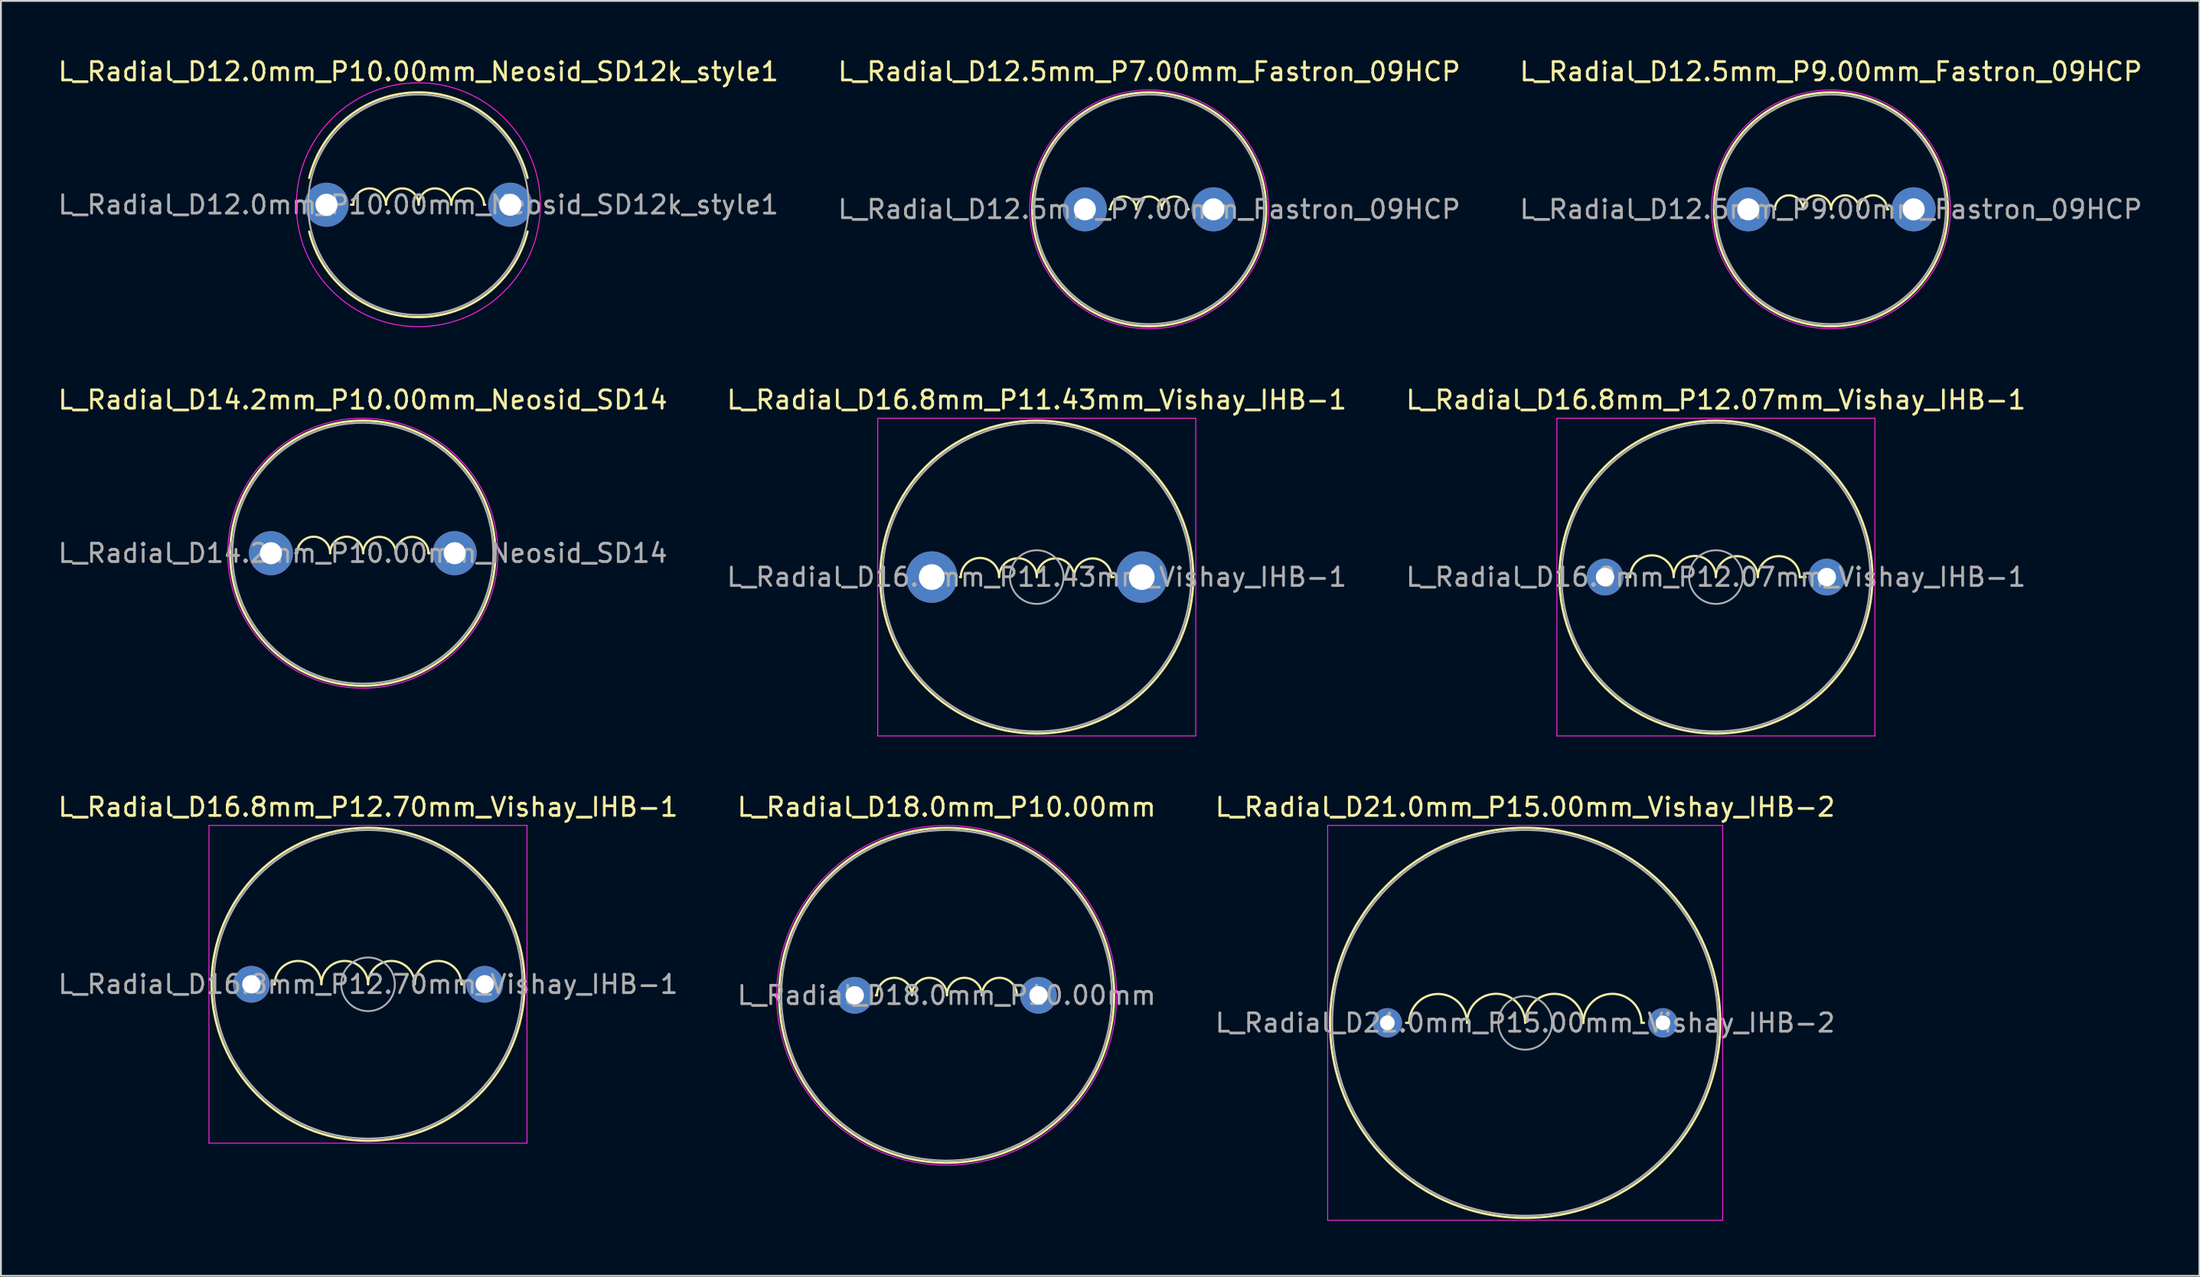
<source format=kicad_pcb>
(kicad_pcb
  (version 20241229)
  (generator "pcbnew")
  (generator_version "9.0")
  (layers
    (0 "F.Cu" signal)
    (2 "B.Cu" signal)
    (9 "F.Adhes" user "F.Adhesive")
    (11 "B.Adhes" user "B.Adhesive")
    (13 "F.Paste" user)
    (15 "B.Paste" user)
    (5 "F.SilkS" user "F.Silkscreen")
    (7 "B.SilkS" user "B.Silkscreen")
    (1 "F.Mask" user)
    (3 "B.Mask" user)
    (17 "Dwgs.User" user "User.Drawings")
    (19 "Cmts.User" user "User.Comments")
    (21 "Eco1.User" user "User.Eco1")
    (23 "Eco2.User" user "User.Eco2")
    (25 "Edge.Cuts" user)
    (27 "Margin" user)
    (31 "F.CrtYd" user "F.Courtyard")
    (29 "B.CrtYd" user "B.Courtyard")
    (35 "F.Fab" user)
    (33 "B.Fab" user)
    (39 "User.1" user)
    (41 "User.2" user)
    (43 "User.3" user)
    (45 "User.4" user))
  (footprint "L_Radial_D16.8mm_P12.70mm_Vishay_IHB-1"
    (layer "F.Cu")
    (at 10.632 50.545)
    (property "Reference" "L_Radial_D16.8mm_P12.70mm_Vishay_IHB-1" (at 6.35 -9.65 0) (layer "F.SilkS") (effects (font (size 1 1) (thickness 0.15))))
    (attr through_hole)
    (fp_line (start 1.27 0) (end 1.143 0) (stroke (width 0.12) (type solid)) (layer "F.SilkS"))
    (fp_line (start 11.43 0) (end 11.557 0) (stroke (width 0.12) (type solid)) (layer "F.SilkS"))
    (fp_arc (start 1.27 0) (mid 2.54 -1.27) (end 3.81 0) (stroke (width 0.12) (type solid)) (layer "F.SilkS"))
    (fp_arc (start 3.81 0) (mid 5.08 -1.27) (end 6.35 0) (stroke (width 0.12) (type solid)) (layer "F.SilkS"))
    (fp_arc (start 6.35 0) (mid 7.62 -1.27) (end 8.89 0) (stroke (width 0.12) (type solid)) (layer "F.SilkS"))
    (fp_arc (start 8.89 0) (mid 10.16 -1.27) (end 11.43 0) (stroke (width 0.12) (type solid)) (layer "F.SilkS"))
    (fp_circle (center 6.35 0) (end 14.87 0) (stroke (width 0.12) (type solid)) (fill no) (layer "F.SilkS"))
    (fp_line (start -2.31 -8.65) (end -2.31 8.65) (stroke (width 0.05) (type solid)) (layer "F.CrtYd"))
    (fp_line (start -2.31 8.65) (end 15 8.65) (stroke (width 0.05) (type solid)) (layer "F.CrtYd"))
    (fp_line (start 15 -8.65) (end -2.31 -8.65) (stroke (width 0.05) (type solid)) (layer "F.CrtYd"))
    (fp_line (start 15 8.65) (end 15 -8.65) (stroke (width 0.05) (type solid)) (layer "F.CrtYd"))
    (fp_circle (center 6.35 0) (end 7.81 0) (stroke (width 0.1) (type solid)) (fill no) (layer "F.Fab"))
    (fp_circle (center 6.35 0) (end 14.75 0) (stroke (width 0.1) (type solid)) (fill no) (layer "F.Fab"))
    (fp_text user "${REFERENCE}" (at 6.35 0 0) (layer "F.Fab") (effects (font (size 1 1) (thickness 0.15))))
    (pad "1" thru_hole circle (at 0 0) (size 2 2) (drill 1) (layers "*.Cu" "*.Mask"))
    (pad "2" thru_hole circle (at 12.7 0) (size 2 2) (drill 1) (layers "*.Cu" "*.Mask")))
  (footprint "L_Radial_D16.8mm_P11.43mm_Vishay_IHB-1"
    (layer "F.Cu")
    (at 47.66 28.372)
    (property "Reference" "L_Radial_D16.8mm_P11.43mm_Vishay_IHB-1" (at 5.715 -9.65 0) (layer "F.SilkS") (effects (font (size 1 1) (thickness 0.15))))
    (attr through_hole)
    (fp_line (start 1.583 0) (end 1.524 0) (stroke (width 0.12) (type solid)) (layer "F.SilkS"))
    (fp_line (start 9.779 0) (end 9.906 0) (stroke (width 0.12) (type solid)) (layer "F.SilkS"))
    (fp_arc (start 1.583 0) (mid 2.6245 -1.0415) (end 3.666 0) (stroke (width 0.12) (type solid)) (layer "F.SilkS"))
    (fp_arc (start 3.666 0) (mid 4.6905 -1.0245) (end 5.715 0) (stroke (width 0.12) (type solid)) (layer "F.SilkS"))
    (fp_arc (start 5.715 0) (mid 6.731 -1.016) (end 7.747 0) (stroke (width 0.12) (type solid)) (layer "F.SilkS"))
    (fp_arc (start 7.747 0) (mid 8.763 -1.016) (end 9.779 0) (stroke (width 0.12) (type solid)) (layer "F.SilkS"))
    (fp_circle (center 5.715 0) (end 14.235 0) (stroke (width 0.12) (type solid)) (fill no) (layer "F.SilkS"))
    (fp_line (start -2.94 -8.65) (end -2.94 8.65) (stroke (width 0.05) (type solid)) (layer "F.CrtYd"))
    (fp_line (start -2.94 8.65) (end 14.37 8.65) (stroke (width 0.05) (type solid)) (layer "F.CrtYd"))
    (fp_line (start 14.37 -8.65) (end -2.94 -8.65) (stroke (width 0.05) (type solid)) (layer "F.CrtYd"))
    (fp_line (start 14.37 8.65) (end 14.37 -8.65) (stroke (width 0.05) (type solid)) (layer "F.CrtYd"))
    (fp_circle (center 5.715 0) (end 7.175 0) (stroke (width 0.1) (type solid)) (fill no) (layer "F.Fab"))
    (fp_circle (center 5.715 0) (end 14.115 0) (stroke (width 0.1) (type solid)) (fill no) (layer "F.Fab"))
    (fp_text user "${REFERENCE}" (at 5.715 0 0) (layer "F.Fab") (effects (font (size 1 1) (thickness 0.15))))
    (pad "1" thru_hole circle (at 0 0) (size 2.8 2.8) (drill 1.4) (layers "*.Cu" "*.Mask"))
    (pad "2" thru_hole circle (at 11.43 0) (size 2.8 2.8) (drill 1.4) (layers "*.Cu" "*.Mask")))
  (footprint "L_Radial_D12.5mm_P9.00mm_Fastron_09HCP"
    (layer "F.Cu")
    (at 92.101 8.348)
    (property "Reference" "L_Radial_D12.5mm_P9.00mm_Fastron_09HCP" (at 4.5 -7.5 0) (layer "F.SilkS") (effects (font (size 1 1) (thickness 0.15))))
    (attr through_hole)
    (fp_line (start 1.46 0) (end 1.397 0) (stroke (width 0.12) (type solid)) (layer "F.SilkS"))
    (fp_line (start 7.556 0) (end 7.62 0) (stroke (width 0.12) (type solid)) (layer "F.SilkS"))
    (fp_arc (start 1.452 0) (mid 2.214 -0.762) (end 2.976 0) (stroke (width 0.12) (type solid)) (layer "F.SilkS"))
    (fp_arc (start 2.976 0) (mid 3.738 -0.762) (end 4.5 0) (stroke (width 0.12) (type solid)) (layer "F.SilkS"))
    (fp_arc (start 4.5085 0) (mid 5.2705 -0.762) (end 6.0325 0) (stroke (width 0.12) (type solid)) (layer "F.SilkS"))
    (fp_arc (start 6.0325 0) (mid 6.7945 -0.762) (end 7.5565 0) (stroke (width 0.12) (type solid)) (layer "F.SilkS"))
    (fp_circle (center 4.5 0) (end 10.87 0) (stroke (width 0.12) (type solid)) (fill no) (layer "F.SilkS"))
    (fp_circle (center 4.5 0) (end 11 0) (stroke (width 0.05) (type solid)) (fill no) (layer "F.CrtYd"))
    (fp_circle (center 4.5 0) (end 10.75 0) (stroke (width 0.1) (type solid)) (fill no) (layer "F.Fab"))
    (fp_text user "${REFERENCE}" (at 4.5 0 0) (layer "F.Fab") (effects (font (size 1 1) (thickness 0.15))))
    (pad "1" thru_hole circle (at 0 0) (size 2.4 2.4) (drill 1.2) (layers "*.Cu" "*.Mask"))
    (pad "2" thru_hole circle (at 9 0) (size 2.4 2.4) (drill 1.2) (layers "*.Cu" "*.Mask")))
  (footprint "L_Radial_D18.0mm_P10.00mm"
    (layer "F.Cu")
    (at 43.47 51.145)
    (property "Reference" "L_Radial_D18.0mm_P10.00mm" (at 5 -10.25 0) (layer "F.SilkS") (effects (font (size 1 1) (thickness 0.15))))
    (attr through_hole)
    (fp_line (start 1.206 0) (end 1.143 0) (stroke (width 0.12) (type solid)) (layer "F.SilkS"))
    (fp_line (start 8.89 0) (end 8.826 0) (stroke (width 0.12) (type solid)) (layer "F.SilkS"))
    (fp_arc (start 1.2065 0) (mid 2.159 -0.9525) (end 3.1115 0) (stroke (width 0.12) (type solid)) (layer "F.SilkS"))
    (fp_arc (start 3.1115 0) (mid 4.064 -0.9525) (end 5.0165 0) (stroke (width 0.12) (type solid)) (layer "F.SilkS"))
    (fp_arc (start 5.0165 0) (mid 5.969 -0.9525) (end 6.9215 0) (stroke (width 0.12) (type solid)) (layer "F.SilkS"))
    (fp_arc (start 6.9215 0) (mid 7.874 -0.9525) (end 8.8265 0) (stroke (width 0.12) (type solid)) (layer "F.SilkS"))
    (fp_circle (center 5 0) (end 14.12 0) (stroke (width 0.12) (type solid)) (fill no) (layer "F.SilkS"))
    (fp_circle (center 5 0) (end 14.25 0) (stroke (width 0.05) (type solid)) (fill no) (layer "F.CrtYd"))
    (fp_circle (center 5 0) (end 14 0) (stroke (width 0.1) (type solid)) (fill no) (layer "F.Fab"))
    (fp_text user "${REFERENCE}" (at 5 0 0) (layer "F.Fab") (effects (font (size 1 1) (thickness 0.15))))
    (pad "1" thru_hole circle (at 0 0) (size 2 2) (drill 1) (layers "*.Cu" "*.Mask"))
    (pad "2" thru_hole circle (at 10 0) (size 2 2) (drill 1) (layers "*.Cu" "*.Mask")))
  (footprint "L_Radial_D14.2mm_P10.00mm_Neosid_SD14"
    (layer "F.Cu")
    (at 11.696 27.072)
    (property "Reference" "L_Radial_D14.2mm_P10.00mm_Neosid_SD14" (at 5 -8.35 0) (layer "F.SilkS") (effects (font (size 1 1) (thickness 0.15))))
    (attr through_hole)
    (fp_line (start 1.427 0) (end 1.333 0) (stroke (width 0.12) (type solid)) (layer "F.SilkS"))
    (fp_line (start 8.572 0) (end 8.636 0) (stroke (width 0.12) (type solid)) (layer "F.SilkS"))
    (fp_arc (start 1.4265 0) (mid 2.324 -0.8975) (end 3.2215 0) (stroke (width 0.12) (type solid)) (layer "F.SilkS"))
    (fp_arc (start 3.2215 0) (mid 4.119 -0.8975) (end 5.0165 0) (stroke (width 0.12) (type solid)) (layer "F.SilkS"))
    (fp_arc (start 5.0165 0) (mid 5.9055 -0.889) (end 6.7945 0) (stroke (width 0.12) (type solid)) (layer "F.SilkS"))
    (fp_arc (start 6.7945 0) (mid 7.6835 -0.889) (end 8.5725 0) (stroke (width 0.12) (type solid)) (layer "F.SilkS"))
    (fp_circle (center 5 0) (end 12.22 0) (stroke (width 0.12) (type solid)) (fill no) (layer "F.SilkS"))
    (fp_circle (center 5 0) (end 12.35 0) (stroke (width 0.05) (type solid)) (fill no) (layer "F.CrtYd"))
    (fp_circle (center 5 0) (end 12.1 0) (stroke (width 0.1) (type solid)) (fill no) (layer "F.Fab"))
    (fp_text user "${REFERENCE}" (at 5 0 0) (layer "F.Fab") (effects (font (size 1 1) (thickness 0.15))))
    (pad "1" thru_hole circle (at 0 0) (size 2.4 2.4) (drill 1.2) (layers "*.Cu" "*.Mask"))
    (pad "2" thru_hole circle (at 10 0) (size 2.4 2.4) (drill 1.2) (layers "*.Cu" "*.Mask")))
  (footprint "L_Radial_D12.5mm_P7.00mm_Fastron_09HCP"
    (layer "F.Cu")
    (at 55.994 8.348)
    (property "Reference" "L_Radial_D12.5mm_P7.00mm_Fastron_09HCP" (at 3.5 -7.5 0) (layer "F.SilkS") (effects (font (size 1 1) (thickness 0.15))))
    (attr through_hole)
    (fp_line (start 1.397 0) (end 1.333 0) (stroke (width 0.12) (type solid)) (layer "F.SilkS"))
    (fp_line (start 5.588 0) (end 5.652 0) (stroke (width 0.12) (type solid)) (layer "F.SilkS"))
    (fp_arc (start 1.397 0) (mid 2.0955 -0.6985) (end 2.794 0) (stroke (width 0.12) (type solid)) (layer "F.SilkS"))
    (fp_arc (start 2.794 0) (mid 3.4925 -0.6985) (end 4.191 0) (stroke (width 0.12) (type solid)) (layer "F.SilkS"))
    (fp_arc (start 4.191 0) (mid 4.8895 -0.6985) (end 5.588 0) (stroke (width 0.12) (type solid)) (layer "F.SilkS"))
    (fp_circle (center 3.5 0) (end 9.87 0) (stroke (width 0.12) (type solid)) (fill no) (layer "F.SilkS"))
    (fp_circle (center 3.5 0) (end 10 0) (stroke (width 0.05) (type solid)) (fill no) (layer "F.CrtYd"))
    (fp_circle (center 3.5 0) (end 9.75 0) (stroke (width 0.1) (type solid)) (fill no) (layer "F.Fab"))
    (fp_text user "${REFERENCE}" (at 3.5 0 0) (layer "F.Fab") (effects (font (size 1 1) (thickness 0.15))))
    (pad "1" thru_hole circle (at 0 0) (size 2.4 2.4) (drill 1.2) (layers "*.Cu" "*.Mask"))
    (pad "2" thru_hole circle (at 7 0) (size 2.4 2.4) (drill 1.2) (layers "*.Cu" "*.Mask")))
  (footprint "L_Radial_D16.8mm_P12.07mm_Vishay_IHB-1"
    (layer "F.Cu")
    (at 84.304 28.372)
    (property "Reference" "L_Radial_D16.8mm_P12.07mm_Vishay_IHB-1" (at 6.035 -9.65 0) (layer "F.SilkS") (effects (font (size 1 1) (thickness 0.15))))
    (attr through_hole)
    (fp_line (start 1.371 0) (end 1.143 0) (stroke (width 0.12) (type solid)) (layer "F.SilkS"))
    (fp_line (start 10.604 0) (end 10.922 0) (stroke (width 0.12) (type solid)) (layer "F.SilkS"))
    (fp_arc (start 1.371 0) (mid 2.554 -1.183) (end 3.737 0) (stroke (width 0.12) (type solid)) (layer "F.SilkS"))
    (fp_arc (start 3.737 0) (mid 4.886 -1.149) (end 6.035 0) (stroke (width 0.12) (type solid)) (layer "F.SilkS"))
    (fp_arc (start 6.035 0) (mid 7.1755 -1.1405) (end 8.316 0) (stroke (width 0.12) (type solid)) (layer "F.SilkS"))
    (fp_arc (start 8.316 0) (mid 9.4565 -1.1405) (end 10.597 0) (stroke (width 0.12) (type solid)) (layer "F.SilkS"))
    (fp_circle (center 6.035 0) (end 14.555 0) (stroke (width 0.12) (type solid)) (fill no) (layer "F.SilkS"))
    (fp_line (start -2.62 -8.65) (end -2.62 8.65) (stroke (width 0.05) (type solid)) (layer "F.CrtYd"))
    (fp_line (start -2.62 8.65) (end 14.69 8.65) (stroke (width 0.05) (type solid)) (layer "F.CrtYd"))
    (fp_line (start 14.69 -8.65) (end -2.62 -8.65) (stroke (width 0.05) (type solid)) (layer "F.CrtYd"))
    (fp_line (start 14.69 8.65) (end 14.69 -8.65) (stroke (width 0.05) (type solid)) (layer "F.CrtYd"))
    (fp_circle (center 6.035 0) (end 7.495 0) (stroke (width 0.1) (type solid)) (fill no) (layer "F.Fab"))
    (fp_circle (center 6.035 0) (end 14.435 0) (stroke (width 0.1) (type solid)) (fill no) (layer "F.Fab"))
    (fp_text user "${REFERENCE}" (at 6.035 0 0) (layer "F.Fab") (effects (font (size 1 1) (thickness 0.15))))
    (pad "1" thru_hole circle (at 0 0) (size 2 2) (drill 1) (layers "*.Cu" "*.Mask"))
    (pad "2" thru_hole circle (at 12.07 0) (size 2 2) (drill 1) (layers "*.Cu" "*.Mask")))
  (footprint "L_Radial_D12.0mm_P10.00mm_Neosid_SD12k_style1"
    (layer "F.Cu")
    (at 14.72 8.098)
    (property "Reference" "L_Radial_D12.0mm_P10.00mm_Neosid_SD12k_style1" (at 5 -7.25 0) (layer "F.SilkS") (effects (font (size 1 1) (thickness 0.15))))
    (attr through_hole)
    (fp_line (start 1.46 0) (end 1.333 0) (stroke (width 0.12) (type solid)) (layer "F.SilkS"))
    (fp_line (start 8.572 0) (end 8.636 0) (stroke (width 0.12) (type solid)) (layer "F.SilkS"))
    (fp_arc (start -0.943299 -1.46) (mid 5 -6.12) (end 10.943299 -1.46) (stroke (width 0.12) (type solid)) (layer "F.SilkS"))
    (fp_arc (start 1.4605 0) (mid 2.3495 -0.889) (end 3.2385 0) (stroke (width 0.12) (type solid)) (layer "F.SilkS"))
    (fp_arc (start 3.2385 0) (mid 4.1275 -0.889) (end 5.0165 0) (stroke (width 0.12) (type solid)) (layer "F.SilkS"))
    (fp_arc (start 5.0165 0) (mid 5.9055 -0.889) (end 6.7945 0) (stroke (width 0.12) (type solid)) (layer "F.SilkS"))
    (fp_arc (start 6.7945 0) (mid 7.6835 -0.889) (end 8.5725 0) (stroke (width 0.12) (type solid)) (layer "F.SilkS"))
    (fp_arc (start 10.943299 1.46) (mid 5 6.12) (end -0.943299 1.46) (stroke (width 0.12) (type solid)) (layer "F.SilkS"))
    (fp_circle (center 5 0) (end 11.64 0) (stroke (width 0.05) (type solid)) (fill no) (layer "F.CrtYd"))
    (fp_circle (center 5 0) (end 11 0) (stroke (width 0.1) (type solid)) (fill no) (layer "F.Fab"))
    (fp_text user "${REFERENCE}" (at 5 0 0) (layer "F.Fab") (effects (font (size 1 1) (thickness 0.15))))
    (pad "1" thru_hole circle (at 0 0) (size 2.4 2.4) (drill 1.2) (layers "*.Cu" "*.Mask"))
    (pad "2" thru_hole circle (at 10 0) (size 2.4 2.4) (drill 1.2) (layers "*.Cu" "*.Mask")))
  (footprint "L_Radial_D21.0mm_P15.00mm_Vishay_IHB-2"
    (layer "F.Cu")
    (at 72.458 52.645)
    (property "Reference" "L_Radial_D21.0mm_P15.00mm_Vishay_IHB-2" (at 7.5 -11.75 0) (layer "F.SilkS") (effects (font (size 1 1) (thickness 0.15))))
    (attr through_hole)
    (fp_line (start 1.188 0) (end 1.016 0) (stroke (width 0.12) (type solid)) (layer "F.SilkS"))
    (fp_line (start 13.829 0) (end 13.97 0) (stroke (width 0.12) (type solid)) (layer "F.SilkS"))
    (fp_arc (start 1.188 0) (mid 2.761 -1.573) (end 4.334 0) (stroke (width 0.12) (type solid)) (layer "F.SilkS"))
    (fp_arc (start 4.334 0) (mid 5.917 -1.583) (end 7.5 0) (stroke (width 0.12) (type solid)) (layer "F.SilkS"))
    (fp_arc (start 7.5 0) (mid 9.0805 -1.5805) (end 10.661 0) (stroke (width 0.12) (type solid)) (layer "F.SilkS"))
    (fp_arc (start 10.668 0) (mid 12.2485 -1.5805) (end 13.829 0) (stroke (width 0.12) (type solid)) (layer "F.SilkS"))
    (fp_circle (center 7.5 0) (end 18.12 0) (stroke (width 0.12) (type solid)) (fill no) (layer "F.SilkS"))
    (fp_line (start -3.25 -10.75) (end -3.25 10.75) (stroke (width 0.05) (type solid)) (layer "F.CrtYd"))
    (fp_line (start -3.25 10.75) (end 18.25 10.75) (stroke (width 0.05) (type solid)) (layer "F.CrtYd"))
    (fp_line (start 18.25 -10.75) (end -3.25 -10.75) (stroke (width 0.05) (type solid)) (layer "F.CrtYd"))
    (fp_line (start 18.25 10.75) (end 18.25 -10.75) (stroke (width 0.05) (type solid)) (layer "F.CrtYd"))
    (fp_circle (center 7.5 0) (end 8.96 0) (stroke (width 0.1) (type solid)) (fill no) (layer "F.Fab"))
    (fp_circle (center 7.5 0) (end 18 0) (stroke (width 0.1) (type solid)) (fill no) (layer "F.Fab"))
    (fp_text user "${REFERENCE}" (at 7.5 0 0) (layer "F.Fab") (effects (font (size 1 1) (thickness 0.15))))
    (pad "1" thru_hole circle (at 0 0) (size 1.6 1.6) (drill 0.8) (layers "*.Cu" "*.Mask"))
    (pad "2" thru_hole circle (at 15 0) (size 1.6 1.6) (drill 0.8) (layers "*.Cu" "*.Mask")))
  (gr_rect
    (start -3 -3)
    (end 116.655 66.42)
    (stroke (width 0.1) (type default))
    (fill no)
    (layer "Edge.Cuts")))
</source>
